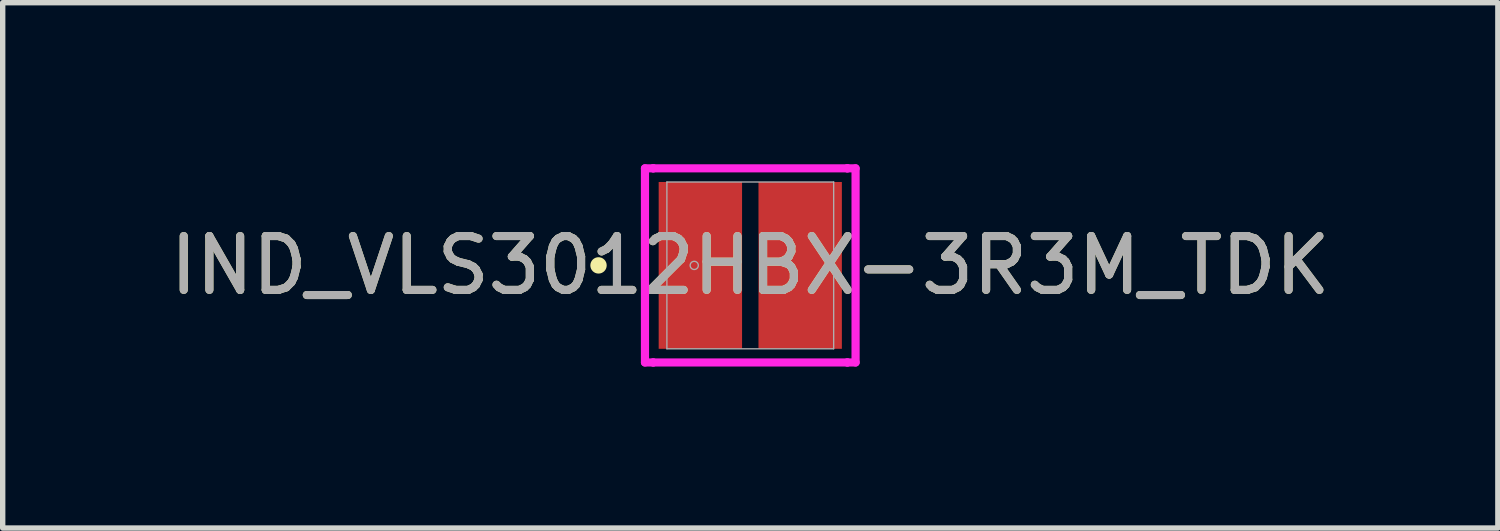
<source format=kicad_pcb>
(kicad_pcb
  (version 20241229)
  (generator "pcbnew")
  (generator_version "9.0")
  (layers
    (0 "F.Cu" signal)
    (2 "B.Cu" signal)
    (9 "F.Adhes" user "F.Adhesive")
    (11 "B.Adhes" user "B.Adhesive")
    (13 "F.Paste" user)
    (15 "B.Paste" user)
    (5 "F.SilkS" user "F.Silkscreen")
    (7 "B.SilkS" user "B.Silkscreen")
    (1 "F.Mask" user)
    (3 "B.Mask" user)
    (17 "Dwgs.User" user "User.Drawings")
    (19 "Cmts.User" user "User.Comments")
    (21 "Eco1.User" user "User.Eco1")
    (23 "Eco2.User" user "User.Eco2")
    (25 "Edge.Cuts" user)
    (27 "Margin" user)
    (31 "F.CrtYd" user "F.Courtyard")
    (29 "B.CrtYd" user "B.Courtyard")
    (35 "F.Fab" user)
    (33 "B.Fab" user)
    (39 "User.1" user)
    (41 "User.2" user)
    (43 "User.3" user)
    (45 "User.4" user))
  (footprint "IND_VLS3012HBX-3R3M_TDK"
    (layer "F.Cu")
    (at 10.887 1.88)
    (property "Reference" "IND_VLS3012HBX-3R3M_TDK" (at 0 0 0) (unlocked yes) (layer "F.SilkS") (effects (font (size 1 1) (thickness 0.15))))
    (attr smd)
    (fp_circle (center -2.819 0) (end -2.743 0) (stroke (width 0.152) (type solid)) (fill no) (layer "F.SilkS"))
    (fp_line (start -1.956 -1.803) (end -1.803 -1.803) (stroke (width 0.152) (type solid)) (layer "F.CrtYd"))
    (fp_line (start -1.956 1.803) (end -1.956 -1.803) (stroke (width 0.152) (type solid)) (layer "F.CrtYd"))
    (fp_line (start -1.803 -1.803) (end -1.803 -1.803) (stroke (width 0.152) (type solid)) (layer "F.CrtYd"))
    (fp_line (start -1.803 -1.803) (end 1.803 -1.803) (stroke (width 0.152) (type solid)) (layer "F.CrtYd"))
    (fp_line (start -1.803 1.803) (end -1.956 1.803) (stroke (width 0.152) (type solid)) (layer "F.CrtYd"))
    (fp_line (start -1.803 1.803) (end -1.803 1.803) (stroke (width 0.152) (type solid)) (layer "F.CrtYd"))
    (fp_line (start 1.803 -1.803) (end 1.803 -1.803) (stroke (width 0.152) (type solid)) (layer "F.CrtYd"))
    (fp_line (start 1.803 -1.803) (end 1.956 -1.803) (stroke (width 0.152) (type solid)) (layer "F.CrtYd"))
    (fp_line (start 1.803 1.803) (end -1.803 1.803) (stroke (width 0.152) (type solid)) (layer "F.CrtYd"))
    (fp_line (start 1.803 1.803) (end 1.803 1.803) (stroke (width 0.152) (type solid)) (layer "F.CrtYd"))
    (fp_line (start 1.956 -1.803) (end 1.956 1.803) (stroke (width 0.152) (type solid)) (layer "F.CrtYd"))
    (fp_line (start 1.956 1.803) (end 1.803 1.803) (stroke (width 0.152) (type solid)) (layer "F.CrtYd"))
    (fp_line (start -1.549 -1.549) (end -1.549 1.549) (stroke (width 0.025) (type solid)) (layer "F.Fab"))
    (fp_line (start -1.549 1.549) (end 1.549 1.549) (stroke (width 0.025) (type solid)) (layer "F.Fab"))
    (fp_line (start 1.549 -1.549) (end -1.549 -1.549) (stroke (width 0.025) (type solid)) (layer "F.Fab"))
    (fp_line (start 1.549 1.549) (end 1.549 -1.549) (stroke (width 0.025) (type solid)) (layer "F.Fab"))
    (fp_circle (center -1.041 0) (end -0.965 0) (stroke (width 0.025) (type solid)) (fill no) (layer "F.Fab"))
    (fp_text user "${REFERENCE}" (at 0 0 0) (unlocked yes) (layer "F.Fab") (effects (font (size 1 1) (thickness 0.15))))
    (pad "1" smd rect (at -0.927 0 90) (size 3.099 1.549) (layers "F.Cu" "F.Mask" "F.Paste"))
    (pad "2" smd rect (at 0.927 0 90) (size 3.099 1.549) (layers "F.Cu" "F.Mask" "F.Paste"))
    (zone (net_name "") (layer "F.Cu") (hatch full 0.508) (connect_pads) (min_thickness 0.254) (filled_areas_thickness no) (keepout (tracks not_allowed) (vias not_allowed) (pads allowed) (copperpour not_allowed) (footprints allowed)) (placement (enabled no)) (fill) (polygon (pts (xy 9.388 0.381) (xy 12.386 0.381) (xy 12.386 0.279) (xy 9.388 0.279))))
    (zone (net_name "") (layer "F.Cu") (hatch full 0.508) (connect_pads) (min_thickness 0.254) (filled_areas_thickness no) (keepout (tracks not_allowed) (vias not_allowed) (pads allowed) (copperpour not_allowed) (footprints allowed)) (placement (enabled no)) (fill) (polygon (pts (xy 9.388 3.48) (xy 12.386 3.48) (xy 12.386 3.378) (xy 9.388 3.378))))
    (zone (net_name "") (layer "F.Cu") (hatch full 0.508) (connect_pads) (min_thickness 0.254) (filled_areas_thickness no) (keepout (tracks not_allowed) (vias not_allowed) (pads allowed) (copperpour not_allowed) (footprints allowed)) (placement (enabled no)) (fill) (polygon (pts (xy 10.785 0.279) (xy 10.989 0.279) (xy 10.989 3.48) (xy 10.785 3.48)))))
  (gr_rect
    (start -3 -3)
    (end 24.774 6.759)
    (stroke (width 0.1) (type default))
    (fill no)
    (layer "Edge.Cuts")))
</source>
